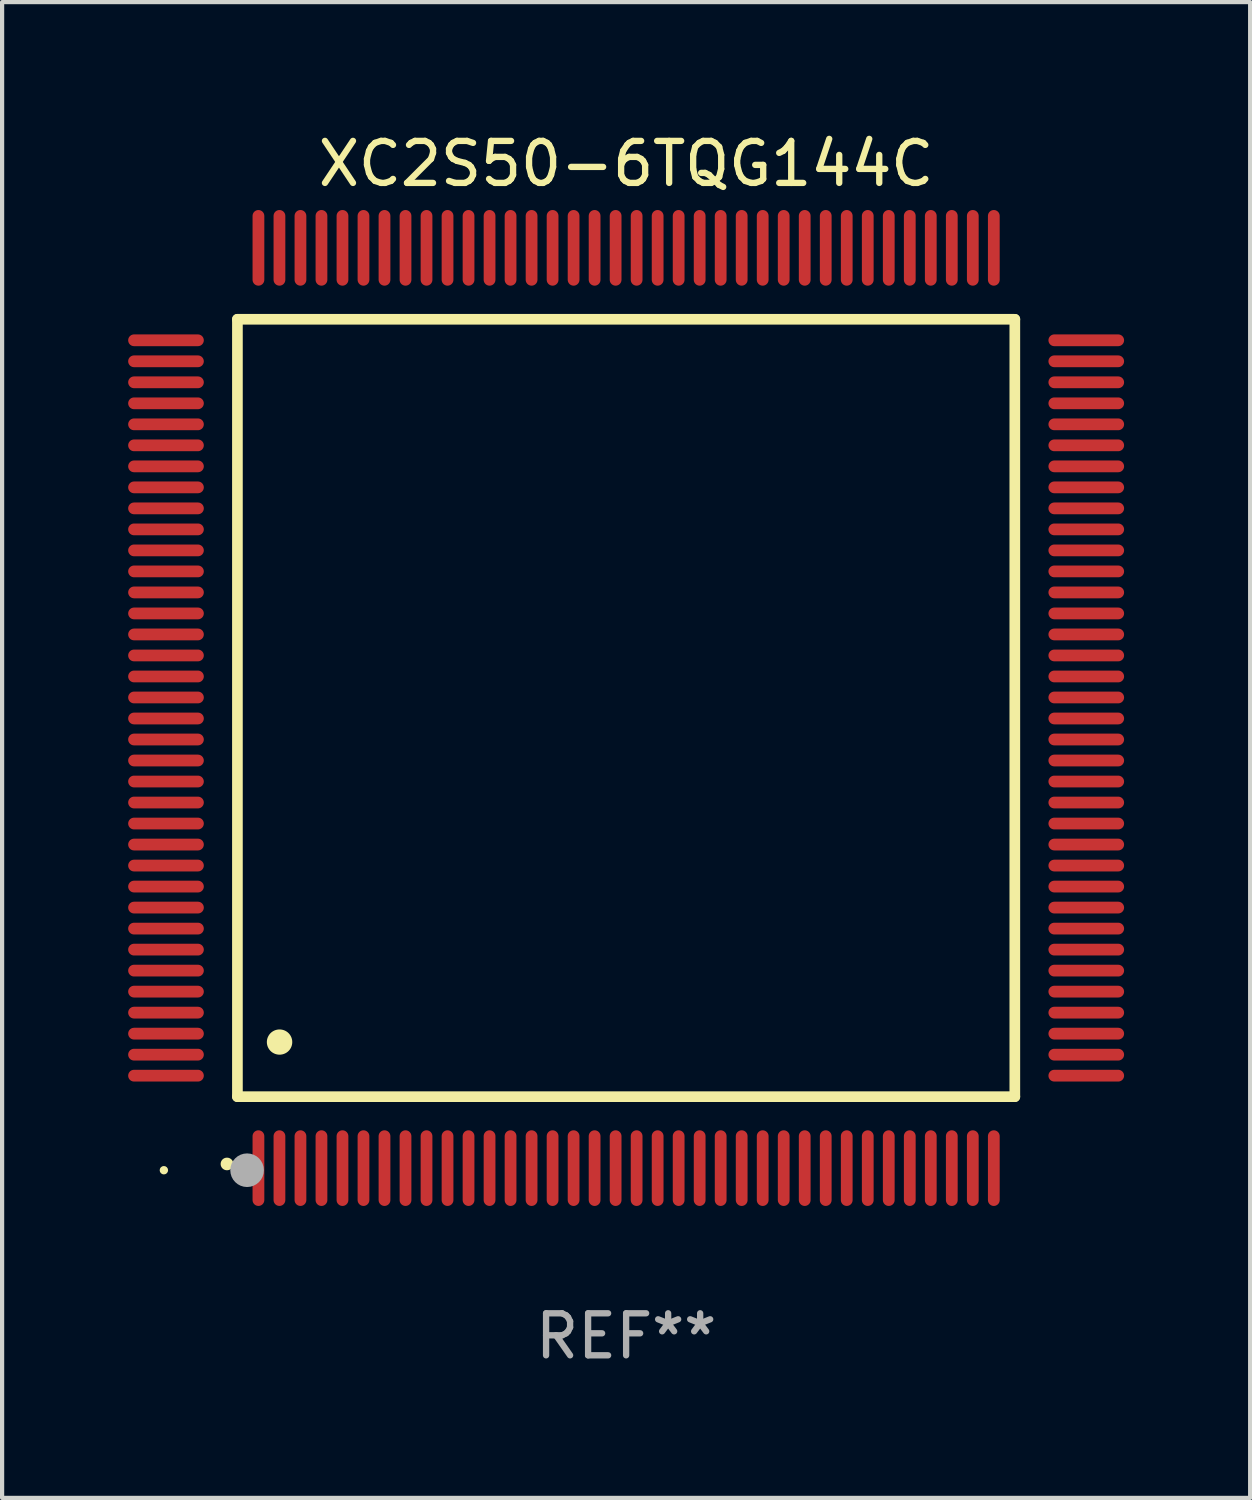
<source format=kicad_pcb>
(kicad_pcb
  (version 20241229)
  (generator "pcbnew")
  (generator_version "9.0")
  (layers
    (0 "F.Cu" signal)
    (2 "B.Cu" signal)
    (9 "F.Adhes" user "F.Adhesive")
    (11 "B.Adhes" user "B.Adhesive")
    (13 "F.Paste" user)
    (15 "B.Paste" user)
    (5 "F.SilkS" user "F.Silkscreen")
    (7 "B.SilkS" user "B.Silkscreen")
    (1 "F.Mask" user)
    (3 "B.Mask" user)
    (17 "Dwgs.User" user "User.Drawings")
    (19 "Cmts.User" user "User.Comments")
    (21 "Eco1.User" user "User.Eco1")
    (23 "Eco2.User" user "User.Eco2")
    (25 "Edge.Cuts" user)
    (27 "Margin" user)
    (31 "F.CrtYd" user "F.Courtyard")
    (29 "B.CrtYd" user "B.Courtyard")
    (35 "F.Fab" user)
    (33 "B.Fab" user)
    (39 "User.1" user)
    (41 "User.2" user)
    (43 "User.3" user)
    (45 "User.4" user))
  (footprint "XC2S50-6TQG144C"
    (layer "F.Cu")
    (at 11.85 13.798)
    (property "Reference" "XC2S50-6TQG144C" (at 0 -12.95 0) (layer "F.SilkS") (effects (font (size 1 1) (thickness 0.15))))
    (attr through_hole)
    (fp_line (start -9.25 -9.25) (end -9.25 9.25) (stroke (width 0.254) (type solid)) (layer "F.SilkS"))
    (fp_line (start -9.25 9.25) (end 9.25 9.25) (stroke (width 0.254) (type solid)) (layer "F.SilkS"))
    (fp_line (start 9.25 -9.25) (end -9.25 -9.25) (stroke (width 0.254) (type solid)) (layer "F.SilkS"))
    (fp_line (start 9.25 9.25) (end 9.25 -9.25) (stroke (width 0.254) (type solid)) (layer "F.SilkS"))
    (fp_arc (start -9.499619 10.850902) (mid -9.498349 10.850897) (end -9.497079 10.850902) (stroke (width 0.3) (type solid)) (layer "F.SilkS"))
    (fp_arc (start -8.249936 7.950216) (mid -8.247396 7.950205) (end -8.244856 7.950216) (stroke (width 0.6) (type solid)) (layer "F.SilkS"))
    (fp_circle (center -11 11) (end -10.95 11) (stroke (width 0.1) (type solid)) (fill no) (layer "F.SilkS"))
    (fp_circle (center -9.02 11) (end -8.82 11) (stroke (width 0.4) (type solid)) (fill no) (layer "F.Fab"))
    (fp_text user "REF**" (at 0 14.95 0) (layer "F.Fab") (effects (font (size 1 1) (thickness 0.15))))
    (pad "1" smd oval (at -8.75 10.95) (size 0.28 1.8) (layers "F.Cu" "F.Mask" "F.Paste"))
    (pad "2" smd oval (at -8.25 10.95) (size 0.28 1.8) (layers "F.Cu" "F.Mask" "F.Paste"))
    (pad "3" smd oval (at -7.75 10.95) (size 0.28 1.8) (layers "F.Cu" "F.Mask" "F.Paste"))
    (pad "4" smd oval (at -7.25 10.95) (size 0.28 1.8) (layers "F.Cu" "F.Mask" "F.Paste"))
    (pad "5" smd oval (at -6.75 10.95) (size 0.28 1.8) (layers "F.Cu" "F.Mask" "F.Paste"))
    (pad "6" smd oval (at -6.25 10.95) (size 0.28 1.8) (layers "F.Cu" "F.Mask" "F.Paste"))
    (pad "7" smd oval (at -5.75 10.95) (size 0.28 1.8) (layers "F.Cu" "F.Mask" "F.Paste"))
    (pad "8" smd oval (at -5.25 10.95) (size 0.28 1.8) (layers "F.Cu" "F.Mask" "F.Paste"))
    (pad "9" smd oval (at -4.75 10.95) (size 0.28 1.8) (layers "F.Cu" "F.Mask" "F.Paste"))
    (pad "10" smd oval (at -4.25 10.95) (size 0.28 1.8) (layers "F.Cu" "F.Mask" "F.Paste"))
    (pad "11" smd oval (at -3.75 10.95) (size 0.28 1.8) (layers "F.Cu" "F.Mask" "F.Paste"))
    (pad "12" smd oval (at -3.25 10.95) (size 0.28 1.8) (layers "F.Cu" "F.Mask" "F.Paste"))
    (pad "13" smd oval (at -2.75 10.95) (size 0.28 1.8) (layers "F.Cu" "F.Mask" "F.Paste"))
    (pad "14" smd oval (at -2.25 10.95) (size 0.28 1.8) (layers "F.Cu" "F.Mask" "F.Paste"))
    (pad "15" smd oval (at -1.75 10.95) (size 0.28 1.8) (layers "F.Cu" "F.Mask" "F.Paste"))
    (pad "16" smd oval (at -1.25 10.95) (size 0.28 1.8) (layers "F.Cu" "F.Mask" "F.Paste"))
    (pad "17" smd oval (at -0.75 10.95) (size 0.28 1.8) (layers "F.Cu" "F.Mask" "F.Paste"))
    (pad "18" smd oval (at -0.25 10.95) (size 0.28 1.8) (layers "F.Cu" "F.Mask" "F.Paste"))
    (pad "19" smd oval (at 0.25 10.95) (size 0.28 1.8) (layers "F.Cu" "F.Mask" "F.Paste"))
    (pad "20" smd oval (at 0.75 10.95) (size 0.28 1.8) (layers "F.Cu" "F.Mask" "F.Paste"))
    (pad "21" smd oval (at 1.25 10.95) (size 0.28 1.8) (layers "F.Cu" "F.Mask" "F.Paste"))
    (pad "22" smd oval (at 1.75 10.95) (size 0.28 1.8) (layers "F.Cu" "F.Mask" "F.Paste"))
    (pad "23" smd oval (at 2.25 10.95) (size 0.28 1.8) (layers "F.Cu" "F.Mask" "F.Paste"))
    (pad "24" smd oval (at 2.75 10.95) (size 0.28 1.8) (layers "F.Cu" "F.Mask" "F.Paste"))
    (pad "25" smd oval (at 3.25 10.95) (size 0.28 1.8) (layers "F.Cu" "F.Mask" "F.Paste"))
    (pad "26" smd oval (at 3.75 10.95) (size 0.28 1.8) (layers "F.Cu" "F.Mask" "F.Paste"))
    (pad "27" smd oval (at 4.25 10.95) (size 0.28 1.8) (layers "F.Cu" "F.Mask" "F.Paste"))
    (pad "28" smd oval (at 4.75 10.95) (size 0.28 1.8) (layers "F.Cu" "F.Mask" "F.Paste"))
    (pad "29" smd oval (at 5.25 10.95) (size 0.28 1.8) (layers "F.Cu" "F.Mask" "F.Paste"))
    (pad "30" smd oval (at 5.75 10.95) (size 0.28 1.8) (layers "F.Cu" "F.Mask" "F.Paste"))
    (pad "31" smd oval (at 6.25 10.95) (size 0.28 1.8) (layers "F.Cu" "F.Mask" "F.Paste"))
    (pad "32" smd oval (at 6.75 10.95) (size 0.28 1.8) (layers "F.Cu" "F.Mask" "F.Paste"))
    (pad "33" smd oval (at 7.25 10.95) (size 0.28 1.8) (layers "F.Cu" "F.Mask" "F.Paste"))
    (pad "34" smd oval (at 7.75 10.95) (size 0.28 1.8) (layers "F.Cu" "F.Mask" "F.Paste"))
    (pad "35" smd oval (at 8.25 10.95) (size 0.28 1.8) (layers "F.Cu" "F.Mask" "F.Paste"))
    (pad "36" smd oval (at 8.75 10.95) (size 0.28 1.8) (layers "F.Cu" "F.Mask" "F.Paste"))
    (pad "37" smd oval (at 10.95 8.75) (size 1.8 0.28) (layers "F.Cu" "F.Mask" "F.Paste"))
    (pad "38" smd oval (at 10.95 8.25) (size 1.8 0.28) (layers "F.Cu" "F.Mask" "F.Paste"))
    (pad "39" smd oval (at 10.95 7.75) (size 1.8 0.28) (layers "F.Cu" "F.Mask" "F.Paste"))
    (pad "40" smd oval (at 10.95 7.25) (size 1.8 0.28) (layers "F.Cu" "F.Mask" "F.Paste"))
    (pad "41" smd oval (at 10.95 6.75) (size 1.8 0.28) (layers "F.Cu" "F.Mask" "F.Paste"))
    (pad "42" smd oval (at 10.95 6.25) (size 1.8 0.28) (layers "F.Cu" "F.Mask" "F.Paste"))
    (pad "43" smd oval (at 10.95 5.75) (size 1.8 0.28) (layers "F.Cu" "F.Mask" "F.Paste"))
    (pad "44" smd oval (at 10.95 5.25) (size 1.8 0.28) (layers "F.Cu" "F.Mask" "F.Paste"))
    (pad "45" smd oval (at 10.95 4.75) (size 1.8 0.28) (layers "F.Cu" "F.Mask" "F.Paste"))
    (pad "46" smd oval (at 10.95 4.25) (size 1.8 0.28) (layers "F.Cu" "F.Mask" "F.Paste"))
    (pad "47" smd oval (at 10.95 3.75) (size 1.8 0.28) (layers "F.Cu" "F.Mask" "F.Paste"))
    (pad "48" smd oval (at 10.95 3.25) (size 1.8 0.28) (layers "F.Cu" "F.Mask" "F.Paste"))
    (pad "49" smd oval (at 10.95 2.75) (size 1.8 0.28) (layers "F.Cu" "F.Mask" "F.Paste"))
    (pad "50" smd oval (at 10.95 2.25) (size 1.8 0.28) (layers "F.Cu" "F.Mask" "F.Paste"))
    (pad "51" smd oval (at 10.95 1.75) (size 1.8 0.28) (layers "F.Cu" "F.Mask" "F.Paste"))
    (pad "52" smd oval (at 10.95 1.25) (size 1.8 0.28) (layers "F.Cu" "F.Mask" "F.Paste"))
    (pad "53" smd oval (at 10.95 0.75) (size 1.8 0.28) (layers "F.Cu" "F.Mask" "F.Paste"))
    (pad "54" smd oval (at 10.95 0.25) (size 1.8 0.28) (layers "F.Cu" "F.Mask" "F.Paste"))
    (pad "55" smd oval (at 10.95 -0.25) (size 1.8 0.28) (layers "F.Cu" "F.Mask" "F.Paste"))
    (pad "56" smd oval (at 10.95 -0.75) (size 1.8 0.28) (layers "F.Cu" "F.Mask" "F.Paste"))
    (pad "57" smd oval (at 10.95 -1.25) (size 1.8 0.28) (layers "F.Cu" "F.Mask" "F.Paste"))
    (pad "58" smd oval (at 10.95 -1.75) (size 1.8 0.28) (layers "F.Cu" "F.Mask" "F.Paste"))
    (pad "59" smd oval (at 10.95 -2.25) (size 1.8 0.28) (layers "F.Cu" "F.Mask" "F.Paste"))
    (pad "60" smd oval (at 10.95 -2.75) (size 1.8 0.28) (layers "F.Cu" "F.Mask" "F.Paste"))
    (pad "61" smd oval (at 10.95 -3.25) (size 1.8 0.28) (layers "F.Cu" "F.Mask" "F.Paste"))
    (pad "62" smd oval (at 10.95 -3.75) (size 1.8 0.28) (layers "F.Cu" "F.Mask" "F.Paste"))
    (pad "63" smd oval (at 10.95 -4.25) (size 1.8 0.28) (layers "F.Cu" "F.Mask" "F.Paste"))
    (pad "64" smd oval (at 10.95 -4.75) (size 1.8 0.28) (layers "F.Cu" "F.Mask" "F.Paste"))
    (pad "65" smd oval (at 10.95 -5.25) (size 1.8 0.28) (layers "F.Cu" "F.Mask" "F.Paste"))
    (pad "66" smd oval (at 10.95 -5.75) (size 1.8 0.28) (layers "F.Cu" "F.Mask" "F.Paste"))
    (pad "67" smd oval (at 10.95 -6.25) (size 1.8 0.28) (layers "F.Cu" "F.Mask" "F.Paste"))
    (pad "68" smd oval (at 10.95 -6.75) (size 1.8 0.28) (layers "F.Cu" "F.Mask" "F.Paste"))
    (pad "69" smd oval (at 10.95 -7.25) (size 1.8 0.28) (layers "F.Cu" "F.Mask" "F.Paste"))
    (pad "70" smd oval (at 10.95 -7.75) (size 1.8 0.28) (layers "F.Cu" "F.Mask" "F.Paste"))
    (pad "71" smd oval (at 10.95 -8.25) (size 1.8 0.28) (layers "F.Cu" "F.Mask" "F.Paste"))
    (pad "72" smd oval (at 10.95 -8.75) (size 1.8 0.28) (layers "F.Cu" "F.Mask" "F.Paste"))
    (pad "73" smd oval (at 8.75 -10.95) (size 0.28 1.8) (layers "F.Cu" "F.Mask" "F.Paste"))
    (pad "74" smd oval (at 8.25 -10.95) (size 0.28 1.8) (layers "F.Cu" "F.Mask" "F.Paste"))
    (pad "75" smd oval (at 7.75 -10.95) (size 0.28 1.8) (layers "F.Cu" "F.Mask" "F.Paste"))
    (pad "76" smd oval (at 7.25 -10.95) (size 0.28 1.8) (layers "F.Cu" "F.Mask" "F.Paste"))
    (pad "77" smd oval (at 6.75 -10.95) (size 0.28 1.8) (layers "F.Cu" "F.Mask" "F.Paste"))
    (pad "78" smd oval (at 6.25 -10.95) (size 0.28 1.8) (layers "F.Cu" "F.Mask" "F.Paste"))
    (pad "79" smd oval (at 5.75 -10.95) (size 0.28 1.8) (layers "F.Cu" "F.Mask" "F.Paste"))
    (pad "80" smd oval (at 5.25 -10.95) (size 0.28 1.8) (layers "F.Cu" "F.Mask" "F.Paste"))
    (pad "81" smd oval (at 4.75 -10.95) (size 0.28 1.8) (layers "F.Cu" "F.Mask" "F.Paste"))
    (pad "82" smd oval (at 4.25 -10.95) (size 0.28 1.8) (layers "F.Cu" "F.Mask" "F.Paste"))
    (pad "83" smd oval (at 3.75 -10.95) (size 0.28 1.8) (layers "F.Cu" "F.Mask" "F.Paste"))
    (pad "84" smd oval (at 3.25 -10.95) (size 0.28 1.8) (layers "F.Cu" "F.Mask" "F.Paste"))
    (pad "85" smd oval (at 2.75 -10.95) (size 0.28 1.8) (layers "F.Cu" "F.Mask" "F.Paste"))
    (pad "86" smd oval (at 2.25 -10.95) (size 0.28 1.8) (layers "F.Cu" "F.Mask" "F.Paste"))
    (pad "87" smd oval (at 1.75 -10.95) (size 0.28 1.8) (layers "F.Cu" "F.Mask" "F.Paste"))
    (pad "88" smd oval (at 1.25 -10.95) (size 0.28 1.8) (layers "F.Cu" "F.Mask" "F.Paste"))
    (pad "89" smd oval (at 0.75 -10.95) (size 0.28 1.8) (layers "F.Cu" "F.Mask" "F.Paste"))
    (pad "90" smd oval (at 0.25 -10.95) (size 0.28 1.8) (layers "F.Cu" "F.Mask" "F.Paste"))
    (pad "91" smd oval (at -0.25 -10.95) (size 0.28 1.8) (layers "F.Cu" "F.Mask" "F.Paste"))
    (pad "92" smd oval (at -0.75 -10.95) (size 0.28 1.8) (layers "F.Cu" "F.Mask" "F.Paste"))
    (pad "93" smd oval (at -1.25 -10.95) (size 0.28 1.8) (layers "F.Cu" "F.Mask" "F.Paste"))
    (pad "94" smd oval (at -1.75 -10.95) (size 0.28 1.8) (layers "F.Cu" "F.Mask" "F.Paste"))
    (pad "95" smd oval (at -2.25 -10.95) (size 0.28 1.8) (layers "F.Cu" "F.Mask" "F.Paste"))
    (pad "96" smd oval (at -2.75 -10.95) (size 0.28 1.8) (layers "F.Cu" "F.Mask" "F.Paste"))
    (pad "97" smd oval (at -3.25 -10.95) (size 0.28 1.8) (layers "F.Cu" "F.Mask" "F.Paste"))
    (pad "98" smd oval (at -3.75 -10.95) (size 0.28 1.8) (layers "F.Cu" "F.Mask" "F.Paste"))
    (pad "99" smd oval (at -4.25 -10.95) (size 0.28 1.8) (layers "F.Cu" "F.Mask" "F.Paste"))
    (pad "100" smd oval (at -4.75 -10.95) (size 0.28 1.8) (layers "F.Cu" "F.Mask" "F.Paste"))
    (pad "101" smd oval (at -5.25 -10.95) (size 0.28 1.8) (layers "F.Cu" "F.Mask" "F.Paste"))
    (pad "102" smd oval (at -5.75 -10.95) (size 0.28 1.8) (layers "F.Cu" "F.Mask" "F.Paste"))
    (pad "103" smd oval (at -6.25 -10.95) (size 0.28 1.8) (layers "F.Cu" "F.Mask" "F.Paste"))
    (pad "104" smd oval (at -6.75 -10.95) (size 0.28 1.8) (layers "F.Cu" "F.Mask" "F.Paste"))
    (pad "105" smd oval (at -7.25 -10.95) (size 0.28 1.8) (layers "F.Cu" "F.Mask" "F.Paste"))
    (pad "106" smd oval (at -7.75 -10.95) (size 0.28 1.8) (layers "F.Cu" "F.Mask" "F.Paste"))
    (pad "107" smd oval (at -8.25 -10.95) (size 0.28 1.8) (layers "F.Cu" "F.Mask" "F.Paste"))
    (pad "108" smd oval (at -8.75 -10.95) (size 0.28 1.8) (layers "F.Cu" "F.Mask" "F.Paste"))
    (pad "109" smd oval (at -10.95 -8.75) (size 1.8 0.28) (layers "F.Cu" "F.Mask" "F.Paste"))
    (pad "110" smd oval (at -10.95 -8.25) (size 1.8 0.28) (layers "F.Cu" "F.Mask" "F.Paste"))
    (pad "111" smd oval (at -10.95 -7.75) (size 1.8 0.28) (layers "F.Cu" "F.Mask" "F.Paste"))
    (pad "112" smd oval (at -10.95 -7.25) (size 1.8 0.28) (layers "F.Cu" "F.Mask" "F.Paste"))
    (pad "113" smd oval (at -10.95 -6.75) (size 1.8 0.28) (layers "F.Cu" "F.Mask" "F.Paste"))
    (pad "114" smd oval (at -10.95 -6.25) (size 1.8 0.28) (layers "F.Cu" "F.Mask" "F.Paste"))
    (pad "115" smd oval (at -10.95 -5.75) (size 1.8 0.28) (layers "F.Cu" "F.Mask" "F.Paste"))
    (pad "116" smd oval (at -10.95 -5.25) (size 1.8 0.28) (layers "F.Cu" "F.Mask" "F.Paste"))
    (pad "117" smd oval (at -10.95 -4.75) (size 1.8 0.28) (layers "F.Cu" "F.Mask" "F.Paste"))
    (pad "118" smd oval (at -10.95 -4.25) (size 1.8 0.28) (layers "F.Cu" "F.Mask" "F.Paste"))
    (pad "119" smd oval (at -10.95 -3.75) (size 1.8 0.28) (layers "F.Cu" "F.Mask" "F.Paste"))
    (pad "120" smd oval (at -10.95 -3.25) (size 1.8 0.28) (layers "F.Cu" "F.Mask" "F.Paste"))
    (pad "121" smd oval (at -10.95 -2.75) (size 1.8 0.28) (layers "F.Cu" "F.Mask" "F.Paste"))
    (pad "122" smd oval (at -10.95 -2.25) (size 1.8 0.28) (layers "F.Cu" "F.Mask" "F.Paste"))
    (pad "123" smd oval (at -10.95 -1.75) (size 1.8 0.28) (layers "F.Cu" "F.Mask" "F.Paste"))
    (pad "124" smd oval (at -10.95 -1.25) (size 1.8 0.28) (layers "F.Cu" "F.Mask" "F.Paste"))
    (pad "125" smd oval (at -10.95 -0.75) (size 1.8 0.28) (layers "F.Cu" "F.Mask" "F.Paste"))
    (pad "126" smd oval (at -10.95 -0.25) (size 1.8 0.28) (layers "F.Cu" "F.Mask" "F.Paste"))
    (pad "127" smd oval (at -10.95 0.25) (size 1.8 0.28) (layers "F.Cu" "F.Mask" "F.Paste"))
    (pad "128" smd oval (at -10.95 0.75) (size 1.8 0.28) (layers "F.Cu" "F.Mask" "F.Paste"))
    (pad "129" smd oval (at -10.95 1.25) (size 1.8 0.28) (layers "F.Cu" "F.Mask" "F.Paste"))
    (pad "130" smd oval (at -10.95 1.75) (size 1.8 0.28) (layers "F.Cu" "F.Mask" "F.Paste"))
    (pad "131" smd oval (at -10.95 2.25) (size 1.8 0.28) (layers "F.Cu" "F.Mask" "F.Paste"))
    (pad "132" smd oval (at -10.95 2.75) (size 1.8 0.28) (layers "F.Cu" "F.Mask" "F.Paste"))
    (pad "133" smd oval (at -10.95 3.25) (size 1.8 0.28) (layers "F.Cu" "F.Mask" "F.Paste"))
    (pad "134" smd oval (at -10.95 3.75) (size 1.8 0.28) (layers "F.Cu" "F.Mask" "F.Paste"))
    (pad "135" smd oval (at -10.95 4.25) (size 1.8 0.28) (layers "F.Cu" "F.Mask" "F.Paste"))
    (pad "136" smd oval (at -10.95 4.75) (size 1.8 0.28) (layers "F.Cu" "F.Mask" "F.Paste"))
    (pad "137" smd oval (at -10.95 5.25) (size 1.8 0.28) (layers "F.Cu" "F.Mask" "F.Paste"))
    (pad "138" smd oval (at -10.95 5.75) (size 1.8 0.28) (layers "F.Cu" "F.Mask" "F.Paste"))
    (pad "139" smd oval (at -10.95 6.25) (size 1.8 0.28) (layers "F.Cu" "F.Mask" "F.Paste"))
    (pad "140" smd oval (at -10.95 6.75) (size 1.8 0.28) (layers "F.Cu" "F.Mask" "F.Paste"))
    (pad "141" smd oval (at -10.95 7.25) (size 1.8 0.28) (layers "F.Cu" "F.Mask" "F.Paste"))
    (pad "142" smd oval (at -10.95 7.75) (size 1.8 0.28) (layers "F.Cu" "F.Mask" "F.Paste"))
    (pad "143" smd oval (at -10.95 8.25) (size 1.8 0.28) (layers "F.Cu" "F.Mask" "F.Paste"))
    (pad "144" smd oval (at -10.95 8.75) (size 1.8 0.28) (layers "F.Cu" "F.Mask" "F.Paste")))
  (gr_rect
    (start -3 -3)
    (end 26.7 32.596)
    (stroke (width 0.1) (type default))
    (fill no)
    (layer "Edge.Cuts")))
</source>
